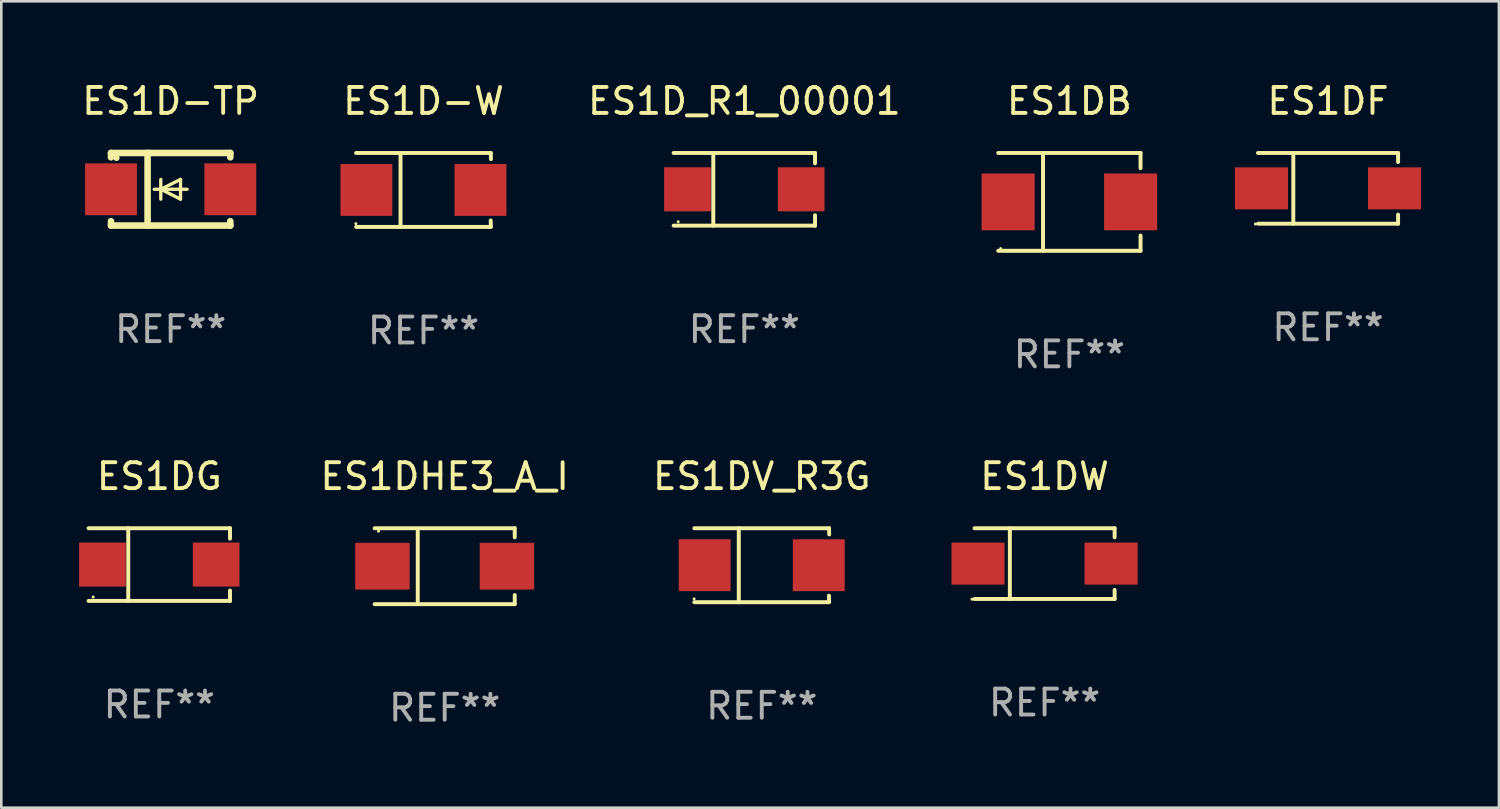
<source format=kicad_pcb>
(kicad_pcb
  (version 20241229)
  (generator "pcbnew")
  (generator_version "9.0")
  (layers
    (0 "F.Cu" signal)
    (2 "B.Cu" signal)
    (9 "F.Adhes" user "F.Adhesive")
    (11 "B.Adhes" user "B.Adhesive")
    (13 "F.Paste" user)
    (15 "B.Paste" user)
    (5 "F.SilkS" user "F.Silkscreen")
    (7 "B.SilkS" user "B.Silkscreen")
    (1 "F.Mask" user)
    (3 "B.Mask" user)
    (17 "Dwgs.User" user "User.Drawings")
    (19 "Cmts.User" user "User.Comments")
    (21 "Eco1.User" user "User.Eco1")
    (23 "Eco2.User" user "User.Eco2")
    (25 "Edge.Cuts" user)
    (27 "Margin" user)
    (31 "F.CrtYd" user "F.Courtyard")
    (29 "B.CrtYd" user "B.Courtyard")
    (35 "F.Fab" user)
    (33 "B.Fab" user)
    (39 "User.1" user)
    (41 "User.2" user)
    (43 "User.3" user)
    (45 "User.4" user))
  (footprint "ES1DW"
    (layer "F.Cu")
    (at 37.226 18.681)
    (property "Reference" "ES1DW" (at 0 -3.364 0) (layer "F.SilkS") (effects (font (size 1 1) (thickness 0.15))))
    (attr through_hole)
    (fp_line (start -2.701 -1.364) (end 2.701 -1.364) (stroke (width 0.152) (type solid)) (layer "F.SilkS"))
    (fp_line (start -2.701 1.364) (end 2.701 1.364) (stroke (width 0.152) (type solid)) (layer "F.SilkS"))
    (fp_line (start -1.339 -1.364) (end -1.339 1.364) (stroke (width 0.152) (type solid)) (layer "F.SilkS"))
    (fp_line (start 2.701 -1.364) (end 2.701 -1.013) (stroke (width 0.152) (type solid)) (layer "F.SilkS"))
    (fp_line (start 2.701 1.364) (end 2.701 1.013) (stroke (width 0.152) (type solid)) (layer "F.SilkS"))
    (fp_circle (center -2.8 1.375) (end -2.77 1.375) (stroke (width 0.06) (type solid)) (fill no) (layer "F.SilkS"))
    (fp_text user "REF**" (at 0 5.364 0) (layer "F.Fab") (effects (font (size 1 1) (thickness 0.15))))
    (pad "1" smd rect (at -2.565 -0.000025) (size 2.046 1.62) (layers "F.Cu" "F.Mask" "F.Paste"))
    (pad "2" smd rect (at 2.565 -0.000025) (size 2.046 1.62) (layers "F.Cu" "F.Mask" "F.Paste")))
  (footprint "ES1D-W"
    (layer "F.Cu")
    (at 13.28 4.274)
    (property "Reference" "ES1D-W" (at 0 -3.426 0) (layer "F.SilkS") (effects (font (size 1 1) (thickness 0.15))))
    (attr through_hole)
    (fp_line (start -2.6 -1.426) (end 2.593 -1.426) (stroke (width 0.152) (type solid)) (layer "F.SilkS"))
    (fp_line (start -2.6 1.426) (end 2.593 1.426) (stroke (width 0.152) (type solid)) (layer "F.SilkS"))
    (fp_line (start -0.887 -1.426) (end -0.887 1.426) (stroke (width 0.152) (type solid)) (layer "F.SilkS"))
    (fp_line (start 2.59 1.176) (end 2.597 1.415) (stroke (width 0.152) (type solid)) (layer "F.SilkS"))
    (fp_line (start 2.593 -1.426) (end 2.6 -1.187) (stroke (width 0.152) (type solid)) (layer "F.SilkS"))
    (fp_circle (center -2.608 1.3) (end -2.578 1.3) (stroke (width 0.06) (type solid)) (fill no) (layer "F.SilkS"))
    (fp_text user "REF**" (at 0 5.426 0) (layer "F.Fab") (effects (font (size 1 1) (thickness 0.15))))
    (pad "1" smd rect (at -2.203 0 180) (size 2 2) (layers "F.Cu" "F.Mask" "F.Paste"))
    (pad "2" smd rect (at 2.197 0 180) (size 2 2) (layers "F.Cu" "F.Mask" "F.Paste")))
  (footprint "ES1DB"
    (layer "F.Cu")
    (at 38.182 4.734)
    (property "Reference" "ES1DB" (at 0 -3.886 0) (layer "F.SilkS") (effects (font (size 1 1) (thickness 0.15))))
    (attr through_hole)
    (fp_line (start -2.744 -1.886) (end 2.744 -1.886) (stroke (width 0.152) (type solid)) (layer "F.SilkS"))
    (fp_line (start -2.744 1.886) (end 2.744 1.886) (stroke (width 0.152) (type solid)) (layer "F.SilkS"))
    (fp_line (start -1.016 -1.886) (end -1.016 1.886) (stroke (width 0.152) (type solid)) (layer "F.SilkS"))
    (fp_line (start 2.744 -1.886) (end 2.744 -1.299) (stroke (width 0.152) (type solid)) (layer "F.SilkS"))
    (fp_line (start 2.744 1.886) (end 2.744 1.299) (stroke (width 0.152) (type solid)) (layer "F.SilkS"))
    (fp_circle (center -2.65 1.8) (end -2.62 1.8) (stroke (width 0.06) (type solid)) (fill no) (layer "F.SilkS"))
    (fp_text user "REF**" (at 0 5.886 0) (layer "F.Fab") (effects (font (size 1 1) (thickness 0.15))))
    (pad "1" smd rect (at -2.361 0) (size 2.047 2.192) (layers "F.Cu" "F.Mask" "F.Paste"))
    (pad "2" smd rect (at 2.361 0) (size 2.047 2.192) (layers "F.Cu" "F.Mask" "F.Paste")))
  (footprint "ES1D-TP"
    (layer "F.Cu")
    (at 3.53 4.248)
    (property "Reference" "ES1D-TP" (at 0 -3.4 0) (layer "F.SilkS") (effects (font (size 1 1) (thickness 0.15))))
    (attr through_hole)
    (fp_line (start -2.3 -1.4) (end -2.3 -1.231) (stroke (width 0.254) (type solid)) (layer "F.SilkS"))
    (fp_line (start -2.3 -1.4) (end 2.3 -1.4) (stroke (width 0.254) (type solid)) (layer "F.SilkS"))
    (fp_line (start -2.3 1.231) (end -2.3 1.4) (stroke (width 0.254) (type solid)) (layer "F.SilkS"))
    (fp_line (start -2.3 1.4) (end 2.3 1.4) (stroke (width 0.254) (type solid)) (layer "F.SilkS"))
    (fp_line (start -0.889 1.4) (end -0.889 -1.4) (stroke (width 0.254) (type solid)) (layer "F.SilkS"))
    (fp_line (start -0.381 0) (end -0.381 -0.381) (stroke (width 0.127) (type solid)) (layer "F.SilkS"))
    (fp_line (start -0.381 0) (end -0.381 0.381) (stroke (width 0.127) (type solid)) (layer "F.SilkS"))
    (fp_line (start 0.381 -0.381) (end -0.381 0) (stroke (width 0.127) (type solid)) (layer "F.SilkS"))
    (fp_line (start 0.381 0) (end 0.381 -0.381) (stroke (width 0.127) (type solid)) (layer "F.SilkS"))
    (fp_line (start 0.381 0) (end 0.381 0.381) (stroke (width 0.127) (type solid)) (layer "F.SilkS"))
    (fp_line (start 0.381 0.381) (end -0.381 0) (stroke (width 0.127) (type solid)) (layer "F.SilkS"))
    (fp_line (start 0.635 0) (end -0.635 0) (stroke (width 0.127) (type solid)) (layer "F.SilkS"))
    (fp_line (start 2.3 -1.4) (end 2.3 -1.231) (stroke (width 0.254) (type solid)) (layer "F.SilkS"))
    (fp_line (start 2.3 1.231) (end 2.3 1.4) (stroke (width 0.254) (type solid)) (layer "F.SilkS"))
    (fp_circle (center -2.088 -1.208) (end -2.028 -1.208) (stroke (width 0.12) (type solid)) (fill no) (layer "F.SilkS"))
    (fp_text user "REF**" (at 0 5.4 0) (layer "F.Fab") (effects (font (size 1 1) (thickness 0.15))))
    (pad "1" smd rect (at -2.3 0 180) (size 2 2) (layers "F.Cu" "F.Mask" "F.Paste"))
    (pad "2" smd rect (at 2.3 0 180) (size 2 2) (layers "F.Cu" "F.Mask" "F.Paste")))
  (footprint "ES1DHE3_A_I"
    (layer "F.Cu")
    (at 14.096 18.781)
    (property "Reference" "ES1DHE3_A_I" (at 0 -3.464 0) (layer "F.SilkS") (effects (font (size 1 1) (thickness 0.15))))
    (attr through_hole)
    (fp_line (start -2.701 -1.464) (end 2.701 -1.464) (stroke (width 0.152) (type solid)) (layer "F.SilkS"))
    (fp_line (start -2.701 1.464) (end 2.701 1.464) (stroke (width 0.152) (type solid)) (layer "F.SilkS"))
    (fp_line (start -1.039 -1.364) (end -1.039 1.364) (stroke (width 0.152) (type solid)) (layer "F.SilkS"))
    (fp_line (start 2.701 -1.464) (end 2.701 -1.113) (stroke (width 0.152) (type solid)) (layer "F.SilkS"))
    (fp_line (start 2.701 1.464) (end 2.701 1.113) (stroke (width 0.152) (type solid)) (layer "F.SilkS"))
    (fp_circle (center -2.55 -1.35) (end -2.52 -1.35) (stroke (width 0.06) (type solid)) (fill no) (layer "F.SilkS"))
    (fp_text user "REF**" (at 0 5.464 0) (layer "F.Fab") (effects (font (size 1 1) (thickness 0.15))))
    (pad "1" smd rect (at -2.4 0) (size 2.1 1.8) (layers "F.Cu" "F.Mask" "F.Paste"))
    (pad "2" smd rect (at 2.4 0) (size 2.1 1.8) (layers "F.Cu" "F.Mask" "F.Paste")))
  (footprint "ES1DV_R3G"
    (layer "F.Cu")
    (at 26.322 18.743)
    (property "Reference" "ES1DV_R3G" (at 0 -3.426 0) (layer "F.SilkS") (effects (font (size 1 1) (thickness 0.15))))
    (attr through_hole)
    (fp_line (start -2.6 -1.426) (end 2.593 -1.426) (stroke (width 0.152) (type solid)) (layer "F.SilkS"))
    (fp_line (start -2.6 1.426) (end 2.593 1.426) (stroke (width 0.152) (type solid)) (layer "F.SilkS"))
    (fp_line (start -0.887 -1.426) (end -0.887 1.426) (stroke (width 0.152) (type solid)) (layer "F.SilkS"))
    (fp_line (start 2.59 1.176) (end 2.597 1.415) (stroke (width 0.152) (type solid)) (layer "F.SilkS"))
    (fp_line (start 2.593 -1.426) (end 2.6 -1.187) (stroke (width 0.152) (type solid)) (layer "F.SilkS"))
    (fp_circle (center -2.608 1.3) (end -2.578 1.3) (stroke (width 0.06) (type solid)) (fill no) (layer "F.SilkS"))
    (fp_text user "REF**" (at 0 5.426 0) (layer "F.Fab") (effects (font (size 1 1) (thickness 0.15))))
    (pad "1" smd rect (at -2.203 0 180) (size 2 2) (layers "F.Cu" "F.Mask" "F.Paste"))
    (pad "2" smd rect (at 2.197 0 180) (size 2 2) (layers "F.Cu" "F.Mask" "F.Paste")))
  (footprint "ES1DG"
    (layer "F.Cu")
    (at 3.092 18.718)
    (property "Reference" "ES1DG" (at 0 -3.401 0) (layer "F.SilkS") (effects (font (size 1 1) (thickness 0.15))))
    (attr through_hole)
    (fp_line (start -2.726 -1.401) (end 2.726 -1.401) (stroke (width 0.152) (type solid)) (layer "F.SilkS"))
    (fp_line (start -2.726 1.401) (end 2.726 1.401) (stroke (width 0.152) (type solid)) (layer "F.SilkS"))
    (fp_line (start -1.197 -1.401) (end -1.197 1.401) (stroke (width 0.152) (type solid)) (layer "F.SilkS"))
    (fp_line (start 2.726 -1.401) (end 2.726 -1) (stroke (width 0.152) (type solid)) (layer "F.SilkS"))
    (fp_line (start 2.726 1.401) (end 2.726 1) (stroke (width 0.152) (type solid)) (layer "F.SilkS"))
    (fp_circle (center -2.55 1.25) (end -2.52 1.25) (stroke (width 0.06) (type solid)) (fill no) (layer "F.SilkS"))
    (fp_text user "REF**" (at 0 5.401 0) (layer "F.Fab") (effects (font (size 1 1) (thickness 0.15))))
    (pad "1" smd rect (at -2.192 0) (size 1.8 1.7) (layers "F.Cu" "F.Mask" "F.Paste"))
    (pad "2" smd rect (at 2.192 0) (size 1.8 1.7) (layers "F.Cu" "F.Mask" "F.Paste")))
  (footprint "ES1DF"
    (layer "F.Cu")
    (at 48.155 4.212)
    (property "Reference" "ES1DF" (at 0 -3.364 0) (layer "F.SilkS") (effects (font (size 1 1) (thickness 0.15))))
    (attr through_hole)
    (fp_line (start -2.701 -1.364) (end 2.701 -1.364) (stroke (width 0.152) (type solid)) (layer "F.SilkS"))
    (fp_line (start -2.701 1.364) (end 2.701 1.364) (stroke (width 0.152) (type solid)) (layer "F.SilkS"))
    (fp_line (start -1.339 -1.364) (end -1.339 1.364) (stroke (width 0.152) (type solid)) (layer "F.SilkS"))
    (fp_line (start 2.701 -1.364) (end 2.701 -1.013) (stroke (width 0.152) (type solid)) (layer "F.SilkS"))
    (fp_line (start 2.701 1.364) (end 2.701 1.013) (stroke (width 0.152) (type solid)) (layer "F.SilkS"))
    (fp_circle (center -2.8 1.375) (end -2.77 1.375) (stroke (width 0.06) (type solid)) (fill no) (layer "F.SilkS"))
    (fp_text user "REF**" (at 0 5.364 0) (layer "F.Fab") (effects (font (size 1 1) (thickness 0.15))))
    (pad "1" smd rect (at -2.565 -0.000025) (size 2.046 1.62) (layers "F.Cu" "F.Mask" "F.Paste"))
    (pad "2" smd rect (at 2.565 -0.000025) (size 2.046 1.62) (layers "F.Cu" "F.Mask" "F.Paste")))
  (footprint "ES1D_R1_00001"
    (layer "F.Cu")
    (at 25.649 4.249)
    (property "Reference" "ES1D_R1_00001" (at 0 -3.401 0) (layer "F.SilkS") (effects (font (size 1 1) (thickness 0.15))))
    (attr through_hole)
    (fp_line (start -2.726 -1.401) (end 2.726 -1.401) (stroke (width 0.152) (type solid)) (layer "F.SilkS"))
    (fp_line (start -2.726 1.401) (end 2.726 1.401) (stroke (width 0.152) (type solid)) (layer "F.SilkS"))
    (fp_line (start -1.197 -1.401) (end -1.197 1.401) (stroke (width 0.152) (type solid)) (layer "F.SilkS"))
    (fp_line (start 2.726 -1.401) (end 2.726 -1) (stroke (width 0.152) (type solid)) (layer "F.SilkS"))
    (fp_line (start 2.726 1.401) (end 2.726 1) (stroke (width 0.152) (type solid)) (layer "F.SilkS"))
    (fp_circle (center -2.55 1.25) (end -2.52 1.25) (stroke (width 0.06) (type solid)) (fill no) (layer "F.SilkS"))
    (fp_text user "REF**" (at 0 5.401 0) (layer "F.Fab") (effects (font (size 1 1) (thickness 0.15))))
    (pad "1" smd rect (at -2.192 0) (size 1.8 1.7) (layers "F.Cu" "F.Mask" "F.Paste"))
    (pad "2" smd rect (at 2.192 0) (size 1.8 1.7) (layers "F.Cu" "F.Mask" "F.Paste")))
  (gr_rect
    (start -3 -3)
    (end 54.744 28.093)
    (stroke (width 0.1) (type default))
    (fill no)
    (layer "Edge.Cuts")))
</source>
